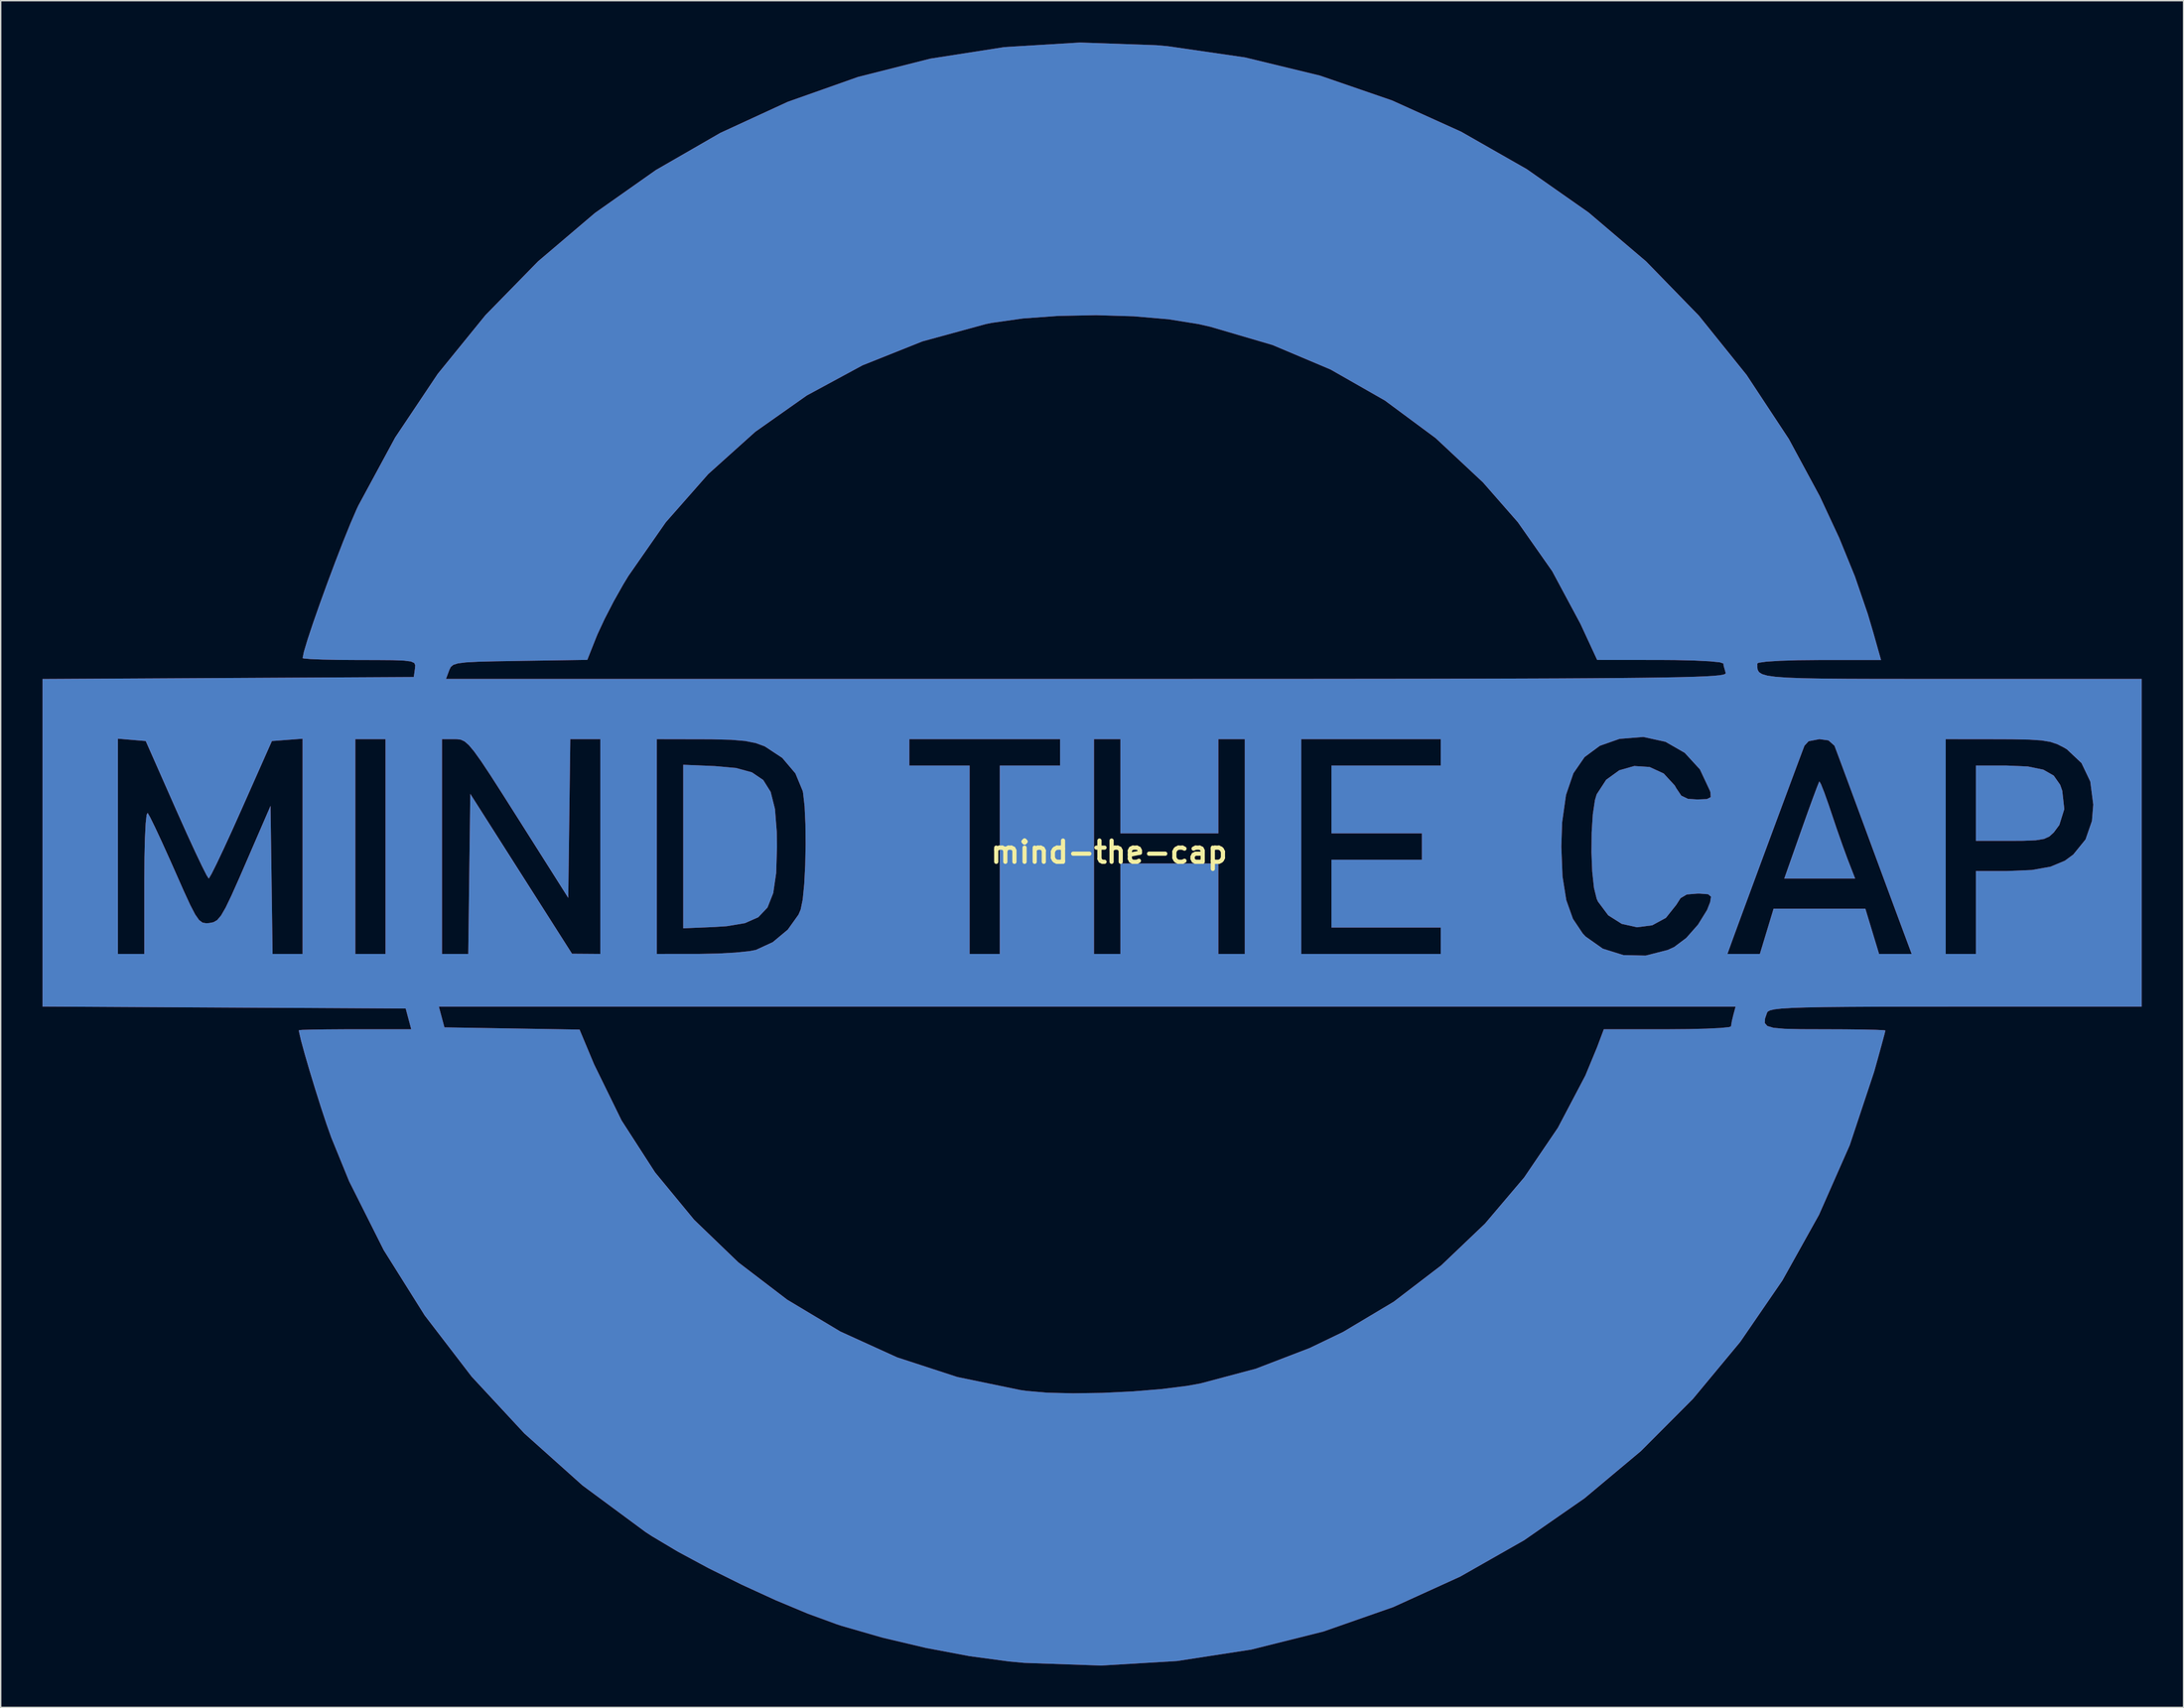
<source format=kicad_pcb>
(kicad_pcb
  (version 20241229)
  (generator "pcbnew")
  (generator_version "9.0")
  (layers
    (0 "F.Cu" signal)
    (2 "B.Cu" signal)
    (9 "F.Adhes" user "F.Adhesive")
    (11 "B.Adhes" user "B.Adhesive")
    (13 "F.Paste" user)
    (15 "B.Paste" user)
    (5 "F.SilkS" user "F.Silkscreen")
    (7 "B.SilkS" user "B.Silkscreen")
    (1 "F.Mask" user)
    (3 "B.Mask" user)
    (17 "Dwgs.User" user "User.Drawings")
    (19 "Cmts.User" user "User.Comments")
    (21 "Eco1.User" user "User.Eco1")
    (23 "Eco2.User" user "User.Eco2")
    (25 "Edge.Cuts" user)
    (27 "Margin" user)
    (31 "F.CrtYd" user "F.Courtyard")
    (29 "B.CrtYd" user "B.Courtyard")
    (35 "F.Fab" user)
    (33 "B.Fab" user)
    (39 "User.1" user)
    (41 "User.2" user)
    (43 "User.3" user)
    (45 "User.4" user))
  (footprint "mind-the-cap"
    (layer "F.Cu")
    (at 76.47 58.073)
    (property "Reference" "mind-the-cap" (at 0 0 0) (layer "F.SilkS") (effects (font (size 1.524 1.524) (thickness 0.3))))
    (attr board_only exclude_from_pos_files exclude_from_bom)
    (fp_poly (pts (xy 51.043 -4.883) (xy 51.282 -4.282) (xy 51.599 -3.388) (xy 51.756 -2.922) (xy 52.167 -1.701) (xy 52.588 -0.499) (xy 52.939 0.46) (xy 52.996 0.608) (xy 53.494 1.891) (xy 48.409 1.891) (xy 49.622 -1.549) (xy 50.073 -2.817) (xy 50.462 -3.888) (xy 50.753 -4.665) (xy 50.91 -5.054) (xy 50.925 -5.079)) (stroke (width 0) (type solid)) (fill yes) (layer "F.Cu"))
    (fp_poly (pts (xy 65.878 -6.147) (xy 66.987 -5.919) (xy 67.731 -5.494) (xy 68.193 -4.837) (xy 68.344 -4.407) (xy 68.489 -3.086) (xy 68.136 -1.954) (xy 67.741 -1.419) (xy 67.427 -1.13) (xy 67.038 -0.95) (xy 66.449 -0.853) (xy 65.532 -0.816) (xy 64.669 -0.811) (xy 62.149 -0.811) (xy 62.149 -6.215) (xy 64.324 -6.215)) (stroke (width 0) (type solid)) (fill yes) (layer "F.Cu"))
    (fp_poly (pts (xy -28.257 -6.175) (xy -26.744 -6.038) (xy -25.607 -5.727) (xy -24.796 -5.178) (xy -24.262 -4.326) (xy -23.955 -3.105) (xy -23.824 -1.453) (xy -23.809 -0.405) (xy -23.868 1.497) (xy -24.078 2.933) (xy -24.488 3.968) (xy -25.149 4.666) (xy -26.111 5.092) (xy -27.423 5.311) (xy -28.257 5.364) (xy -30.534 5.46) (xy -30.534 -6.27)) (stroke (width 0) (type solid)) (fill yes) (layer "F.Cu"))
    (fp_poly (pts (xy 3.401 -57.881) (xy 4.209 -57.809) (xy 9.743 -57.006) (xy 15.114 -55.704) (xy 20.291 -53.92) (xy 25.248 -51.676) (xy 29.954 -48.991) (xy 34.382 -45.885) (xy 38.504 -42.377) (xy 42.289 -38.487) (xy 45.71 -34.236) (xy 48.739 -29.641) (xy 50.957 -25.535) (xy 52.353 -22.538) (xy 53.478 -19.78) (xy 54.402 -17.082) (xy 54.799 -15.74) (xy 55.352 -13.781) (xy 50.914 -13.781) (xy 49.378 -13.767) (xy 48.089 -13.726) (xy 47.129 -13.665) (xy 46.577 -13.587) (xy 46.477 -13.533) (xy 46.476 -13.288) (xy 46.505 -13.082) (xy 46.604 -12.912) (xy 46.82 -12.774) (xy 47.193 -12.665) (xy 47.769 -12.582) (xy 48.59 -12.522) (xy 49.7 -12.479) (xy 51.141 -12.453) (xy 52.958 -12.438) (xy 55.195 -12.431) (xy 57.893 -12.43) (xy 60.421 -12.43) (xy 74.038 -12.43) (xy 74.038 11.079) (xy 60.692 11.079) (xy 57.639 11.08) (xy 55.082 11.085) (xy 52.979 11.096) (xy 51.284 11.112) (xy 49.953 11.137) (xy 48.944 11.171) (xy 48.212 11.216) (xy 47.712 11.273) (xy 47.402 11.343) (xy 47.237 11.428) (xy 47.181 11.506) (xy 47.032 11.939) (xy 47.015 12.253) (xy 47.197 12.466) (xy 47.645 12.597) (xy 48.429 12.667) (xy 49.614 12.695) (xy 51.27 12.7) (xy 51.34 12.7) (xy 52.8 12.705) (xy 54.049 12.72) (xy 54.998 12.741) (xy 55.555 12.769) (xy 55.664 12.788) (xy 55.595 13.068) (xy 55.409 13.759) (xy 55.136 14.752) (xy 54.854 15.76) (xy 53.107 21.016) (xy 50.906 26.008) (xy 48.28 30.718) (xy 45.256 35.127) (xy 41.865 39.213) (xy 38.133 42.959) (xy 34.089 46.345) (xy 29.762 49.352) (xy 25.18 51.959) (xy 20.371 54.149) (xy 15.364 55.901) (xy 10.187 57.196) (xy 4.869 58.015) (xy -0.563 58.339) (xy -6.079 58.147) (xy -7.161 58.048) (xy -10.018 57.663) (xy -13.124 57.077) (xy -16.245 56.34) (xy -19.152 55.501) (xy -19.546 55.372) (xy -21.6 54.619) (xy -23.91 53.653) (xy -26.329 52.543) (xy -28.713 51.36) (xy -30.914 50.175) (xy -32.786 49.058) (xy -33.236 48.765) (xy -37.758 45.421) (xy -41.922 41.695) (xy -45.703 37.619) (xy -49.075 33.223) (xy -52.012 28.54) (xy -54.491 23.602) (xy -55.772 20.461) (xy -56.116 19.491) (xy -56.513 18.29) (xy -56.929 16.974) (xy -57.329 15.661) (xy -57.678 14.465) (xy -57.94 13.502) (xy -58.081 12.89) (xy -58.095 12.768) (xy -57.841 12.744) (xy -57.14 12.724) (xy -56.085 12.709) (xy -54.772 12.701) (xy -54.066 12.7) (xy -50.036 12.7) (xy -50.235 11.957) (xy -50.433 11.214) (xy -63.452 11.144) (xy -75.507 11.079) (xy -48.051 11.079) (xy -47.654 12.565) (xy -42.81 12.644) (xy -37.965 12.723) (xy -36.924 15.211) (xy -34.953 19.238) (xy -32.549 22.965) (xy -29.746 26.367) (xy -26.576 29.42) (xy -23.072 32.098) (xy -19.266 34.378) (xy -15.192 36.233) (xy -10.881 37.641) (xy -6.367 38.575) (xy -5.945 38.636) (xy -4.445 38.767) (xy -2.569 38.812) (xy -0.472 38.78) (xy 1.689 38.676) (xy 3.759 38.506) (xy 5.581 38.278) (xy 6.539 38.106) (xy 10.511 37.05) (xy 14.384 35.561) (xy 16.78 34.407) (xy 20.406 32.242) (xy 23.816 29.631) (xy 26.952 26.639) (xy 29.758 23.33) (xy 32.175 19.768) (xy 34.147 16.018) (xy 34.989 13.984) (xy 35.471 12.7) (xy 40.028 12.7) (xy 41.53 12.689) (xy 42.823 12.657) (xy 43.821 12.609) (xy 44.434 12.549) (xy 44.589 12.497) (xy 44.655 12.099) (xy 44.755 11.687) (xy 44.918 11.079) (xy -48.051 11.079) (xy -75.507 11.079) (xy -76.47 11.074) (xy -76.47 -8.139) (xy -71.066 -8.139) (xy -71.066 7.296) (xy -69.174 7.296) (xy -69.174 2.108) (xy -69.163 0.407) (xy -69.13 -0.997) (xy -69.078 -2.045) (xy -69.011 -2.672) (xy -68.936 -2.824) (xy -68.749 -2.498) (xy -68.391 -1.768) (xy -67.905 -0.725) (xy -67.334 0.538) (xy -66.997 1.297) (xy -66.352 2.756) (xy -65.876 3.79) (xy -65.522 4.47) (xy -65.243 4.868) (xy -64.995 5.052) (xy -64.729 5.096) (xy -64.514 5.08) (xy -64.213 5.021) (xy -63.947 4.866) (xy -63.673 4.543) (xy -63.348 3.981) (xy -62.928 3.108) (xy -62.369 1.854) (xy -61.926 0.834) (xy -60.122 -3.33) (xy -60.049 1.983) (xy -59.976 7.296) (xy -57.826 7.296) (xy -54.043 7.296) (xy -51.881 7.296) (xy -47.828 7.296) (xy -45.947 7.296) (xy -45.874 1.554) (xy -45.801 -4.188) (xy -42.153 1.547) (xy -38.505 7.282) (xy -36.479 7.296) (xy -36.479 -8.106) (xy -32.426 -8.106) (xy -32.426 7.296) (xy -29.386 7.294) (xy -28.042 7.268) (xy -26.793 7.199) (xy -25.802 7.099) (xy -25.325 7.009) (xy -24.114 6.45) (xy -23.038 5.553) (xy -22.269 4.476) (xy -22.112 4.107) (xy -21.967 3.395) (xy -21.858 2.285) (xy -21.787 0.92) (xy -21.758 -0.558) (xy -21.772 -2.006) (xy -21.831 -3.284) (xy -21.94 -4.249) (xy -21.966 -4.383) (xy -22.491 -5.649) (xy -22.971 -6.215) (xy -14.321 -6.215) (xy -9.998 -6.215) (xy -9.998 7.296) (xy -7.836 7.296) (xy -1.081 7.296) (xy 0.811 7.296) (xy 0.811 0.811) (xy 7.836 0.811) (xy 7.836 7.296) (xy 9.728 7.296) (xy 13.781 7.296) (xy 23.779 7.296) (xy 23.779 5.404) (xy 15.943 5.404) (xy 15.943 0.54) (xy 22.428 0.54) (xy 22.428 -0.405) (xy 32.426 -0.405) (xy 32.511 1.736) (xy 32.782 3.438) (xy 33.259 4.778) (xy 33.962 5.829) (xy 34.17 6.049) (xy 35.403 6.919) (xy 36.879 7.38) (xy 38.472 7.415) (xy 38.939 7.296) (xy 44.339 7.296) (xy 46.661 7.296) (xy 47.152 5.674) (xy 47.643 4.053) (xy 54.227 4.053) (xy 54.718 5.674) (xy 55.209 7.296) (xy 57.542 7.296) (xy 56.713 5.066) (xy 56.348 4.083) (xy 55.844 2.722) (xy 55.248 1.113) (xy 54.609 -0.616) (xy 54.039 -2.162) (xy 53.459 -3.73) (xy 52.936 -5.146) (xy 52.499 -6.323) (xy 52.182 -7.175) (xy 52.016 -7.615) (xy 52.009 -7.634) (xy 51.581 -8.016) (xy 50.935 -8.106) (xy 59.987 -8.106) (xy 59.987 7.296) (xy 62.149 7.296) (xy 62.149 1.351) (xy 64.405 1.351) (xy 66.165 1.277) (xy 67.506 1.038) (xy 68.531 0.609) (xy 69.133 0.165) (xy 70.009 -0.914) (xy 70.469 -2.241) (xy 70.564 -3.415) (xy 70.351 -5.066) (xy 69.719 -6.39) (xy 68.677 -7.372) (xy 68.475 -7.494) (xy 67.995 -7.74) (xy 67.494 -7.909) (xy 66.858 -8.015) (xy 65.978 -8.073) (xy 64.74 -8.098) (xy 63.703 -8.102) (xy 59.987 -8.106) (xy 50.935 -8.106) (xy 50.156 -7.957) (xy 49.859 -7.634) (xy 49.717 -7.261) (xy 49.419 -6.464) (xy 48.996 -5.327) (xy 48.479 -3.934) (xy 47.898 -2.368) (xy 47.284 -0.712) (xy 46.669 0.95) (xy 46.084 2.535) (xy 45.558 3.96) (xy 45.123 5.14) (xy 44.811 5.992) (xy 44.705 6.282) (xy 44.339 7.296) (xy 38.939 7.296) (xy 40.055 7.011) (xy 40.52 6.796) (xy 41.382 6.15) (xy 42.223 5.196) (xy 42.874 4.144) (xy 43.096 3.58) (xy 43.157 3.193) (xy 42.956 3.018) (xy 42.368 2.973) (xy 42.178 2.972) (xy 41.422 3.034) (xy 40.976 3.298) (xy 40.669 3.778) (xy 39.925 4.712) (xy 38.946 5.245) (xy 37.852 5.386) (xy 36.76 5.144) (xy 35.788 4.529) (xy 35.055 3.549) (xy 34.96 3.341) (xy 34.766 2.553) (xy 34.641 1.391) (xy 34.586 0.019) (xy 34.6 -1.402) (xy 34.683 -2.708) (xy 34.836 -3.738) (xy 34.96 -4.152) (xy 35.639 -5.194) (xy 36.578 -5.874) (xy 37.657 -6.182) (xy 38.76 -6.108) (xy 39.767 -5.645) (xy 40.561 -4.782) (xy 40.669 -4.589) (xy 41.029 -4.055) (xy 41.506 -3.826) (xy 42.178 -3.783) (xy 42.866 -3.811) (xy 43.137 -3.949) (xy 43.118 -4.281) (xy 43.086 -4.391) (xy 42.361 -5.936) (xy 41.27 -7.126) (xy 39.892 -7.917) (xy 38.303 -8.264) (xy 36.6 -8.127) (xy 35.191 -7.631) (xy 34.095 -6.821) (xy 33.293 -5.659) (xy 32.762 -4.106) (xy 32.483 -2.124) (xy 32.426 -0.405) (xy 22.428 -0.405) (xy 22.428 -1.351) (xy 15.943 -1.351) (xy 15.943 -6.215) (xy 23.779 -6.215) (xy 23.779 -8.106) (xy 13.781 -8.106) (xy 13.781 7.296) (xy 9.728 7.296) (xy 9.728 -8.106) (xy 7.836 -8.106) (xy 7.836 -1.351) (xy 0.811 -1.351) (xy 0.811 -8.106) (xy -1.081 -8.106) (xy -1.081 7.296) (xy -7.836 7.296) (xy -7.836 -6.215) (xy -3.513 -6.215) (xy -3.513 -8.106) (xy -14.321 -8.106) (xy -14.321 -6.215) (xy -22.971 -6.215) (xy -23.436 -6.763) (xy -24.681 -7.584) (xy -24.713 -7.598) (xy -25.335 -7.825) (xy -26.092 -7.975) (xy -27.103 -8.061) (xy -28.489 -8.097) (xy -29.115 -8.1) (xy -32.426 -8.106) (xy -36.479 -8.106) (xy -38.63 -8.106) (xy -38.703 -2.412) (xy -38.776 3.283) (xy -42.379 -2.412) (xy -43.493 -4.168) (xy -44.36 -5.521) (xy -45.024 -6.522) (xy -45.526 -7.224) (xy -45.908 -7.681) (xy -46.212 -7.944) (xy -46.48 -8.068) (xy -46.754 -8.104) (xy -46.905 -8.106) (xy -47.828 -8.106) (xy -47.828 7.296) (xy -51.881 7.296) (xy -51.881 -8.106) (xy -54.043 -8.106) (xy -54.043 7.296) (xy -57.826 7.296) (xy -57.826 -8.137) (xy -60.023 -7.971) (xy -62.209 -3.04) (xy -62.882 -1.538) (xy -63.488 -0.22) (xy -63.99 0.839) (xy -64.353 1.564) (xy -64.542 1.883) (xy -64.555 1.891) (xy -64.708 1.656) (xy -65.041 0.999) (xy -65.519 -0.005) (xy -66.107 -1.281) (xy -66.768 -2.755) (xy -66.895 -3.04) (xy -69.073 -7.971) (xy -71.066 -8.139) (xy -76.47 -8.139) (xy -76.47 -12.425) (xy -75.504 -12.43) (xy -47.54 -12.43) (xy -1.584 -12.43) (xy 4.283 -12.43) (xy 9.632 -12.431) (xy 14.488 -12.433) (xy 18.874 -12.437) (xy 22.813 -12.441) (xy 26.329 -12.448) (xy 29.445 -12.456) (xy 32.184 -12.466) (xy 34.57 -12.479) (xy 36.627 -12.494) (xy 38.377 -12.512) (xy 39.844 -12.533) (xy 41.052 -12.557) (xy 42.024 -12.584) (xy 42.784 -12.615) (xy 43.354 -12.65) (xy 43.759 -12.689) (xy 44.021 -12.732) (xy 44.164 -12.78) (xy 44.212 -12.832) (xy 44.209 -12.857) (xy 44.063 -13.372) (xy 44.045 -13.533) (xy 43.788 -13.618) (xy 43.071 -13.69) (xy 41.974 -13.745) (xy 40.576 -13.778) (xy 39.519 -13.785) (xy 34.993 -13.789) (xy 33.788 -16.389) (xy 31.768 -20.155) (xy 29.303 -23.669) (xy 26.805 -26.524) (xy 23.41 -29.699) (xy 19.775 -32.393) (xy 15.884 -34.615) (xy 11.718 -36.376) (xy 7.259 -37.685) (xy 6.401 -37.879) (xy 4.258 -38.223) (xy 1.761 -38.436) (xy -0.924 -38.516) (xy -3.627 -38.464) (xy -6.179 -38.28) (xy -8.412 -37.964) (xy -8.833 -37.879) (xy -13.385 -36.634) (xy -17.669 -34.922) (xy -21.668 -32.757) (xy -25.364 -30.151) (xy -28.741 -27.115) (xy -31.78 -23.662) (xy -34.466 -19.805) (xy -34.838 -19.191) (xy -35.514 -17.993) (xy -36.163 -16.735) (xy -36.671 -15.645) (xy -36.769 -15.408) (xy -37.41 -13.793) (xy -42.251 -13.719) (xy -43.975 -13.691) (xy -45.237 -13.659) (xy -46.113 -13.613) (xy -46.68 -13.542) (xy -47.015 -13.437) (xy -47.196 -13.287) (xy -47.299 -13.081) (xy -47.315 -13.038) (xy -47.54 -12.43) (xy -75.504 -12.43) (xy -63.162 -12.495) (xy -49.854 -12.565) (xy -49.768 -13.173) (xy -49.748 -13.406) (xy -49.82 -13.57) (xy -50.06 -13.678) (xy -50.549 -13.74) (xy -51.364 -13.771) (xy -52.584 -13.78) (xy -53.754 -13.781) (xy -55.168 -13.79) (xy -56.368 -13.814) (xy -57.263 -13.85) (xy -57.757 -13.895) (xy -57.826 -13.92) (xy -57.731 -14.382) (xy -57.471 -15.249) (xy -57.08 -16.426) (xy -56.593 -17.816) (xy -56.046 -19.322) (xy -55.474 -20.849) (xy -54.912 -22.299) (xy -54.395 -23.578) (xy -53.958 -24.589) (xy -53.831 -24.86) (xy -51.188 -29.747) (xy -48.138 -34.308) (xy -44.713 -38.524) (xy -40.944 -42.378) (xy -36.861 -45.852) (xy -32.495 -48.929) (xy -27.877 -51.591) (xy -23.038 -53.822) (xy -18.008 -55.603) (xy -12.818 -56.917) (xy -7.5 -57.746) (xy -2.083 -58.073)) (stroke (width 0) (type solid)) (fill yes) (layer "F.Cu"))
    (fp_poly (pts (xy 51.043 -4.883) (xy 51.282 -4.282) (xy 51.599 -3.388) (xy 51.756 -2.922) (xy 52.167 -1.701) (xy 52.588 -0.499) (xy 52.939 0.46) (xy 52.996 0.608) (xy 53.494 1.891) (xy 48.409 1.891) (xy 49.622 -1.549) (xy 50.073 -2.817) (xy 50.462 -3.888) (xy 50.753 -4.665) (xy 50.91 -5.054) (xy 50.925 -5.079)) (stroke (width 0) (type solid)) (fill yes) (layer "B.Cu"))
    (fp_poly (pts (xy 65.878 -6.147) (xy 66.987 -5.919) (xy 67.731 -5.494) (xy 68.193 -4.837) (xy 68.344 -4.407) (xy 68.489 -3.086) (xy 68.136 -1.954) (xy 67.741 -1.419) (xy 67.427 -1.13) (xy 67.038 -0.95) (xy 66.449 -0.853) (xy 65.532 -0.816) (xy 64.669 -0.811) (xy 62.149 -0.811) (xy 62.149 -6.215) (xy 64.324 -6.215)) (stroke (width 0) (type solid)) (fill yes) (layer "B.Cu"))
    (fp_poly (pts (xy -28.257 -6.175) (xy -26.744 -6.038) (xy -25.607 -5.727) (xy -24.796 -5.178) (xy -24.262 -4.326) (xy -23.955 -3.105) (xy -23.824 -1.453) (xy -23.809 -0.405) (xy -23.868 1.497) (xy -24.078 2.933) (xy -24.488 3.968) (xy -25.149 4.666) (xy -26.111 5.092) (xy -27.423 5.311) (xy -28.257 5.364) (xy -30.534 5.46) (xy -30.534 -6.27)) (stroke (width 0) (type solid)) (fill yes) (layer "B.Cu"))
    (fp_poly (pts (xy 3.401 -57.881) (xy 4.209 -57.809) (xy 9.743 -57.006) (xy 15.114 -55.704) (xy 20.291 -53.92) (xy 25.248 -51.676) (xy 29.954 -48.991) (xy 34.382 -45.885) (xy 38.504 -42.377) (xy 42.289 -38.487) (xy 45.71 -34.236) (xy 48.739 -29.641) (xy 50.957 -25.535) (xy 52.353 -22.538) (xy 53.478 -19.78) (xy 54.402 -17.082) (xy 54.799 -15.74) (xy 55.352 -13.781) (xy 50.914 -13.781) (xy 49.378 -13.767) (xy 48.089 -13.726) (xy 47.129 -13.665) (xy 46.577 -13.587) (xy 46.477 -13.533) (xy 46.476 -13.288) (xy 46.505 -13.082) (xy 46.604 -12.912) (xy 46.82 -12.774) (xy 47.193 -12.665) (xy 47.769 -12.582) (xy 48.59 -12.522) (xy 49.7 -12.479) (xy 51.141 -12.453) (xy 52.958 -12.438) (xy 55.195 -12.431) (xy 57.893 -12.43) (xy 60.421 -12.43) (xy 74.038 -12.43) (xy 74.038 11.079) (xy 60.692 11.079) (xy 57.639 11.08) (xy 55.082 11.085) (xy 52.979 11.096) (xy 51.284 11.112) (xy 49.953 11.137) (xy 48.944 11.171) (xy 48.212 11.216) (xy 47.712 11.273) (xy 47.402 11.343) (xy 47.237 11.428) (xy 47.181 11.506) (xy 47.032 11.939) (xy 47.015 12.253) (xy 47.197 12.466) (xy 47.645 12.597) (xy 48.429 12.667) (xy 49.614 12.695) (xy 51.27 12.7) (xy 51.34 12.7) (xy 52.8 12.705) (xy 54.049 12.72) (xy 54.998 12.741) (xy 55.555 12.769) (xy 55.664 12.788) (xy 55.595 13.068) (xy 55.409 13.759) (xy 55.136 14.752) (xy 54.854 15.76) (xy 53.107 21.016) (xy 50.906 26.008) (xy 48.28 30.718) (xy 45.256 35.127) (xy 41.865 39.213) (xy 38.133 42.959) (xy 34.089 46.345) (xy 29.762 49.352) (xy 25.18 51.959) (xy 20.371 54.149) (xy 15.364 55.901) (xy 10.187 57.196) (xy 4.869 58.015) (xy -0.563 58.339) (xy -6.079 58.147) (xy -7.161 58.048) (xy -10.018 57.663) (xy -13.124 57.077) (xy -16.245 56.34) (xy -19.152 55.501) (xy -19.546 55.372) (xy -21.6 54.619) (xy -23.91 53.653) (xy -26.329 52.543) (xy -28.713 51.36) (xy -30.914 50.175) (xy -32.786 49.058) (xy -33.236 48.765) (xy -37.758 45.421) (xy -41.922 41.695) (xy -45.703 37.619) (xy -49.075 33.223) (xy -52.012 28.54) (xy -54.491 23.602) (xy -55.772 20.461) (xy -56.116 19.491) (xy -56.513 18.29) (xy -56.929 16.974) (xy -57.329 15.661) (xy -57.678 14.465) (xy -57.94 13.502) (xy -58.081 12.89) (xy -58.095 12.768) (xy -57.841 12.744) (xy -57.14 12.724) (xy -56.085 12.709) (xy -54.772 12.701) (xy -54.066 12.7) (xy -50.036 12.7) (xy -50.235 11.957) (xy -50.433 11.214) (xy -63.452 11.144) (xy -75.507 11.079) (xy -48.051 11.079) (xy -47.654 12.565) (xy -42.81 12.644) (xy -37.965 12.723) (xy -36.924 15.211) (xy -34.953 19.238) (xy -32.549 22.965) (xy -29.746 26.367) (xy -26.576 29.42) (xy -23.072 32.098) (xy -19.266 34.378) (xy -15.192 36.233) (xy -10.881 37.641) (xy -6.367 38.575) (xy -5.945 38.636) (xy -4.445 38.767) (xy -2.569 38.812) (xy -0.472 38.78) (xy 1.689 38.676) (xy 3.759 38.506) (xy 5.581 38.278) (xy 6.539 38.106) (xy 10.511 37.05) (xy 14.384 35.561) (xy 16.78 34.407) (xy 20.406 32.242) (xy 23.816 29.631) (xy 26.952 26.639) (xy 29.758 23.33) (xy 32.175 19.768) (xy 34.147 16.018) (xy 34.989 13.984) (xy 35.471 12.7) (xy 40.028 12.7) (xy 41.53 12.689) (xy 42.823 12.657) (xy 43.821 12.609) (xy 44.434 12.549) (xy 44.589 12.497) (xy 44.655 12.099) (xy 44.755 11.687) (xy 44.918 11.079) (xy -48.051 11.079) (xy -75.507 11.079) (xy -76.47 11.074) (xy -76.47 -8.139) (xy -71.066 -8.139) (xy -71.066 7.296) (xy -69.174 7.296) (xy -69.174 2.108) (xy -69.163 0.407) (xy -69.13 -0.997) (xy -69.078 -2.045) (xy -69.011 -2.672) (xy -68.936 -2.824) (xy -68.749 -2.498) (xy -68.391 -1.768) (xy -67.905 -0.725) (xy -67.334 0.538) (xy -66.997 1.297) (xy -66.352 2.756) (xy -65.876 3.79) (xy -65.522 4.47) (xy -65.243 4.868) (xy -64.995 5.052) (xy -64.729 5.096) (xy -64.514 5.08) (xy -64.213 5.021) (xy -63.947 4.866) (xy -63.673 4.543) (xy -63.348 3.981) (xy -62.928 3.108) (xy -62.369 1.854) (xy -61.926 0.834) (xy -60.122 -3.33) (xy -60.049 1.983) (xy -59.976 7.296) (xy -57.826 7.296) (xy -54.043 7.296) (xy -51.881 7.296) (xy -47.828 7.296) (xy -45.947 7.296) (xy -45.874 1.554) (xy -45.801 -4.188) (xy -42.153 1.547) (xy -38.505 7.282) (xy -36.479 7.296) (xy -36.479 -8.106) (xy -32.426 -8.106) (xy -32.426 7.296) (xy -29.386 7.294) (xy -28.042 7.268) (xy -26.793 7.199) (xy -25.802 7.099) (xy -25.325 7.009) (xy -24.114 6.45) (xy -23.038 5.553) (xy -22.269 4.476) (xy -22.112 4.107) (xy -21.967 3.395) (xy -21.858 2.285) (xy -21.787 0.92) (xy -21.758 -0.558) (xy -21.772 -2.006) (xy -21.831 -3.284) (xy -21.94 -4.249) (xy -21.966 -4.383) (xy -22.491 -5.649) (xy -22.971 -6.215) (xy -14.321 -6.215) (xy -9.998 -6.215) (xy -9.998 7.296) (xy -7.836 7.296) (xy -1.081 7.296) (xy 0.811 7.296) (xy 0.811 0.811) (xy 7.836 0.811) (xy 7.836 7.296) (xy 9.728 7.296) (xy 13.781 7.296) (xy 23.779 7.296) (xy 23.779 5.404) (xy 15.943 5.404) (xy 15.943 0.54) (xy 22.428 0.54) (xy 22.428 -0.405) (xy 32.426 -0.405) (xy 32.511 1.736) (xy 32.782 3.438) (xy 33.259 4.778) (xy 33.962 5.829) (xy 34.17 6.049) (xy 35.403 6.919) (xy 36.879 7.38) (xy 38.472 7.415) (xy 38.939 7.296) (xy 44.339 7.296) (xy 46.661 7.296) (xy 47.152 5.674) (xy 47.643 4.053) (xy 54.227 4.053) (xy 54.718 5.674) (xy 55.209 7.296) (xy 57.542 7.296) (xy 56.713 5.066) (xy 56.348 4.083) (xy 55.844 2.722) (xy 55.248 1.113) (xy 54.609 -0.616) (xy 54.039 -2.162) (xy 53.459 -3.73) (xy 52.936 -5.146) (xy 52.499 -6.323) (xy 52.182 -7.175) (xy 52.016 -7.615) (xy 52.009 -7.634) (xy 51.581 -8.016) (xy 50.935 -8.106) (xy 59.987 -8.106) (xy 59.987 7.296) (xy 62.149 7.296) (xy 62.149 1.351) (xy 64.405 1.351) (xy 66.165 1.277) (xy 67.506 1.038) (xy 68.531 0.609) (xy 69.133 0.165) (xy 70.009 -0.914) (xy 70.469 -2.241) (xy 70.564 -3.415) (xy 70.351 -5.066) (xy 69.719 -6.39) (xy 68.677 -7.372) (xy 68.475 -7.494) (xy 67.995 -7.74) (xy 67.494 -7.909) (xy 66.858 -8.015) (xy 65.978 -8.073) (xy 64.74 -8.098) (xy 63.703 -8.102) (xy 59.987 -8.106) (xy 50.935 -8.106) (xy 50.156 -7.957) (xy 49.859 -7.634) (xy 49.717 -7.261) (xy 49.419 -6.464) (xy 48.996 -5.327) (xy 48.479 -3.934) (xy 47.898 -2.368) (xy 47.284 -0.712) (xy 46.669 0.95) (xy 46.084 2.535) (xy 45.558 3.96) (xy 45.123 5.14) (xy 44.811 5.992) (xy 44.705 6.282) (xy 44.339 7.296) (xy 38.939 7.296) (xy 40.055 7.011) (xy 40.52 6.796) (xy 41.382 6.15) (xy 42.223 5.196) (xy 42.874 4.144) (xy 43.096 3.58) (xy 43.157 3.193) (xy 42.956 3.018) (xy 42.368 2.973) (xy 42.178 2.972) (xy 41.422 3.034) (xy 40.976 3.298) (xy 40.669 3.778) (xy 39.925 4.712) (xy 38.946 5.245) (xy 37.852 5.386) (xy 36.76 5.144) (xy 35.788 4.529) (xy 35.055 3.549) (xy 34.96 3.341) (xy 34.766 2.553) (xy 34.641 1.391) (xy 34.586 0.019) (xy 34.6 -1.402) (xy 34.683 -2.708) (xy 34.836 -3.738) (xy 34.96 -4.152) (xy 35.639 -5.194) (xy 36.578 -5.874) (xy 37.657 -6.182) (xy 38.76 -6.108) (xy 39.767 -5.645) (xy 40.561 -4.782) (xy 40.669 -4.589) (xy 41.029 -4.055) (xy 41.506 -3.826) (xy 42.178 -3.783) (xy 42.866 -3.811) (xy 43.137 -3.949) (xy 43.118 -4.281) (xy 43.086 -4.391) (xy 42.361 -5.936) (xy 41.27 -7.126) (xy 39.892 -7.917) (xy 38.303 -8.264) (xy 36.6 -8.127) (xy 35.191 -7.631) (xy 34.095 -6.821) (xy 33.293 -5.659) (xy 32.762 -4.106) (xy 32.483 -2.124) (xy 32.426 -0.405) (xy 22.428 -0.405) (xy 22.428 -1.351) (xy 15.943 -1.351) (xy 15.943 -6.215) (xy 23.779 -6.215) (xy 23.779 -8.106) (xy 13.781 -8.106) (xy 13.781 7.296) (xy 9.728 7.296) (xy 9.728 -8.106) (xy 7.836 -8.106) (xy 7.836 -1.351) (xy 0.811 -1.351) (xy 0.811 -8.106) (xy -1.081 -8.106) (xy -1.081 7.296) (xy -7.836 7.296) (xy -7.836 -6.215) (xy -3.513 -6.215) (xy -3.513 -8.106) (xy -14.321 -8.106) (xy -14.321 -6.215) (xy -22.971 -6.215) (xy -23.436 -6.763) (xy -24.681 -7.584) (xy -24.713 -7.598) (xy -25.335 -7.825) (xy -26.092 -7.975) (xy -27.103 -8.061) (xy -28.489 -8.097) (xy -29.115 -8.1) (xy -32.426 -8.106) (xy -36.479 -8.106) (xy -38.63 -8.106) (xy -38.703 -2.412) (xy -38.776 3.283) (xy -42.379 -2.412) (xy -43.493 -4.168) (xy -44.36 -5.521) (xy -45.024 -6.522) (xy -45.526 -7.224) (xy -45.908 -7.681) (xy -46.212 -7.944) (xy -46.48 -8.068) (xy -46.754 -8.104) (xy -46.905 -8.106) (xy -47.828 -8.106) (xy -47.828 7.296) (xy -51.881 7.296) (xy -51.881 -8.106) (xy -54.043 -8.106) (xy -54.043 7.296) (xy -57.826 7.296) (xy -57.826 -8.137) (xy -60.023 -7.971) (xy -62.209 -3.04) (xy -62.882 -1.538) (xy -63.488 -0.22) (xy -63.99 0.839) (xy -64.353 1.564) (xy -64.542 1.883) (xy -64.555 1.891) (xy -64.708 1.656) (xy -65.041 0.999) (xy -65.519 -0.005) (xy -66.107 -1.281) (xy -66.768 -2.755) (xy -66.895 -3.04) (xy -69.073 -7.971) (xy -71.066 -8.139) (xy -76.47 -8.139) (xy -76.47 -12.425) (xy -75.504 -12.43) (xy -47.54 -12.43) (xy -1.584 -12.43) (xy 4.283 -12.43) (xy 9.632 -12.431) (xy 14.488 -12.433) (xy 18.874 -12.437) (xy 22.813 -12.441) (xy 26.329 -12.448) (xy 29.445 -12.456) (xy 32.184 -12.466) (xy 34.57 -12.479) (xy 36.627 -12.494) (xy 38.377 -12.512) (xy 39.844 -12.533) (xy 41.052 -12.557) (xy 42.024 -12.584) (xy 42.784 -12.615) (xy 43.354 -12.65) (xy 43.759 -12.689) (xy 44.021 -12.732) (xy 44.164 -12.78) (xy 44.212 -12.832) (xy 44.209 -12.857) (xy 44.063 -13.372) (xy 44.045 -13.533) (xy 43.788 -13.618) (xy 43.071 -13.69) (xy 41.974 -13.745) (xy 40.576 -13.778) (xy 39.519 -13.785) (xy 34.993 -13.789) (xy 33.788 -16.389) (xy 31.768 -20.155) (xy 29.303 -23.669) (xy 26.805 -26.524) (xy 23.41 -29.699) (xy 19.775 -32.393) (xy 15.884 -34.615) (xy 11.718 -36.376) (xy 7.259 -37.685) (xy 6.401 -37.879) (xy 4.258 -38.223) (xy 1.761 -38.436) (xy -0.924 -38.516) (xy -3.627 -38.464) (xy -6.179 -38.28) (xy -8.412 -37.964) (xy -8.833 -37.879) (xy -13.385 -36.634) (xy -17.669 -34.922) (xy -21.668 -32.757) (xy -25.364 -30.151) (xy -28.741 -27.115) (xy -31.78 -23.662) (xy -34.466 -19.805) (xy -34.838 -19.191) (xy -35.514 -17.993) (xy -36.163 -16.735) (xy -36.671 -15.645) (xy -36.769 -15.408) (xy -37.41 -13.793) (xy -42.251 -13.719) (xy -43.975 -13.691) (xy -45.237 -13.659) (xy -46.113 -13.613) (xy -46.68 -13.542) (xy -47.015 -13.437) (xy -47.196 -13.287) (xy -47.299 -13.081) (xy -47.315 -13.038) (xy -47.54 -12.43) (xy -75.504 -12.43) (xy -63.162 -12.495) (xy -49.854 -12.565) (xy -49.768 -13.173) (xy -49.748 -13.406) (xy -49.82 -13.57) (xy -50.06 -13.678) (xy -50.549 -13.74) (xy -51.364 -13.771) (xy -52.584 -13.78) (xy -53.754 -13.781) (xy -55.168 -13.79) (xy -56.368 -13.814) (xy -57.263 -13.85) (xy -57.757 -13.895) (xy -57.826 -13.92) (xy -57.731 -14.382) (xy -57.471 -15.249) (xy -57.08 -16.426) (xy -56.593 -17.816) (xy -56.046 -19.322) (xy -55.474 -20.849) (xy -54.912 -22.299) (xy -54.395 -23.578) (xy -53.958 -24.589) (xy -53.831 -24.86) (xy -51.188 -29.747) (xy -48.138 -34.308) (xy -44.713 -38.524) (xy -40.944 -42.378) (xy -36.861 -45.852) (xy -32.495 -48.929) (xy -27.877 -51.591) (xy -23.038 -53.822) (xy -18.008 -55.603) (xy -12.818 -56.917) (xy -7.5 -57.746) (xy -2.083 -58.073)) (stroke (width 0) (type solid)) (fill yes) (layer "B.Cu")))
  (gr_rect
    (start -3 -3)
    (end 153.509 119.412)
    (stroke (width 0.1) (type default))
    (fill no)
    (layer "Edge.Cuts")))
</source>
